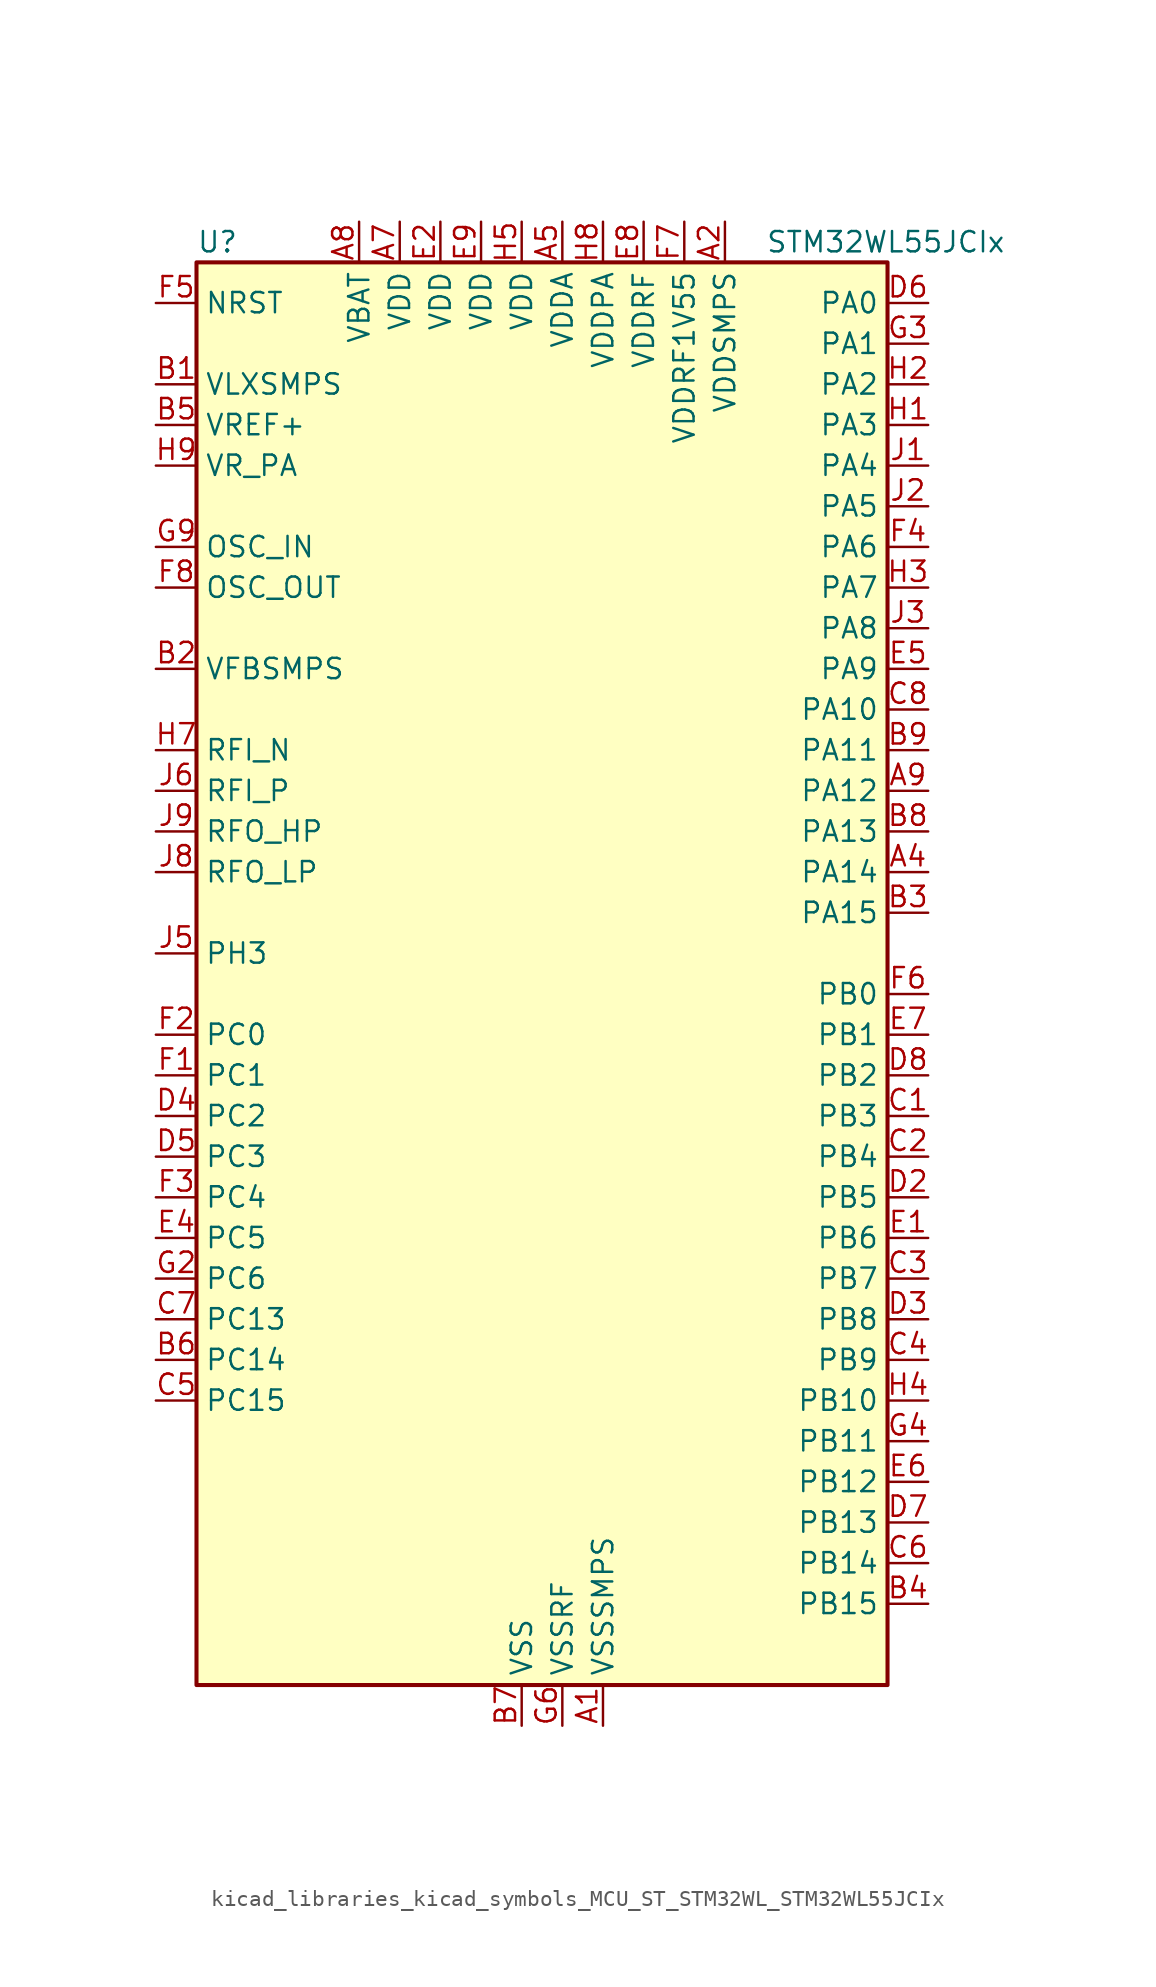
<source format=kicad_sym>
(kicad_symbol_lib
  (version 20220914)
  (generator kicad_symbol_editor)
  (symbol "kicad_libraries_kicad_symbols_MCU_ST_STM32WL_STM32WL55JCIx"
    (property "Reference" "U"
      (at -20.32 46.99 0)
      (effects (font (size 1.27 1.27)) (justify left)))
    (property "Value" "STM32WL55JCIx"
      (at 15.24 46.99 0)
      (effects (font (size 1.27 1.27)) (justify left)))
    (property "ki_locked" ""
      (at 0 0 0)
      (effects (font (size 1.27 1.27))))
    (symbol "kicad_libraries_kicad_symbols_MCU_ST_STM32WL_STM32WL55JCIx_0_1"
      (rectangle (start -20.32 -43.18) (end 22.86 45.72) (stroke (width 0.254) (type default)) (fill (type background))))
    (symbol "kicad_libraries_kicad_symbols_MCU_ST_STM32WL_STM32WL55JCIx_1_1"
      (pin power_in line (at 5.08 -45.72 90) (length 2.54) (name "VSSSMPS" (effects (font (size 1.27 1.27)))) (number "A1" (effects (font (size 1.27 1.27)))))
      (pin power_in line (at 12.7 48.26 270) (length 2.54) (name "VDDSMPS" (effects (font (size 1.27 1.27)))) (number "A2" (effects (font (size 1.27 1.27)))))
      (pin bidirectional line (at 25.4 7.62 180) (length 2.54) (name "PA14" (effects (font (size 1.27 1.27)))) (number "A4" (effects (font (size 1.27 1.27)))) (alternate "ADC_IN10" bidirectional line) (alternate "DEBUG_JTCK-SWCLK" bidirectional line) (alternate "I2C1_SMBA" bidirectional line) (alternate "LPTIM1_OUT" bidirectional line))
      (pin power_in line (at 2.54 48.26 270) (length 2.54) (name "VDDA" (effects (font (size 1.27 1.27)))) (number "A5" (effects (font (size 1.27 1.27)))))
      (pin power_in line (at -7.62 48.26 270) (length 2.54) (name "VDD" (effects (font (size 1.27 1.27)))) (number "A7" (effects (font (size 1.27 1.27)))))
      (pin power_in line (at -10.16 48.26 270) (length 2.54) (name "VBAT" (effects (font (size 1.27 1.27)))) (number "A8" (effects (font (size 1.27 1.27)))))
      (pin bidirectional line (at 25.4 12.7 180) (length 2.54) (name "PA12" (effects (font (size 1.27 1.27)))) (number "A9" (effects (font (size 1.27 1.27)))) (alternate "ADC_IN8" bidirectional line) (alternate "DEBUG_RF-BUSY" bidirectional line) (alternate "I2C2_SCL" bidirectional line) (alternate "LPTIM3_IN1" bidirectional line) (alternate "SPI1_MOSI" bidirectional line) (alternate "TIM1_ETR" bidirectional line) (alternate "USART1_DE" bidirectional line) (alternate "USART1_RTS" bidirectional line))
      (pin power_in line (at -22.86 38.1 0) (length 2.54) (name "VLXSMPS" (effects (font (size 1.27 1.27)))) (number "B1" (effects (font (size 1.27 1.27)))))
      (pin input line (at -22.86 20.32 0) (length 2.54) (name "VFBSMPS" (effects (font (size 1.27 1.27)))) (number "B2" (effects (font (size 1.27 1.27)))))
      (pin bidirectional line (at 25.4 5.08 180) (length 2.54) (name "PA15" (effects (font (size 1.27 1.27)))) (number "B3" (effects (font (size 1.27 1.27)))) (alternate "ADC_IN11" bidirectional line) (alternate "COMP1_INM" bidirectional line) (alternate "COMP2_INP" bidirectional line) (alternate "DEBUG_JTDI" bidirectional line) (alternate "I2C2_SDA" bidirectional line) (alternate "SPI1_NSS" bidirectional line) (alternate "TIM2_CH1" bidirectional line) (alternate "TIM2_ETR" bidirectional line))
      (pin bidirectional line (at 25.4 -38.1 180) (length 2.54) (name "PB15" (effects (font (size 1.27 1.27)))) (number "B4" (effects (font (size 1.27 1.27)))) (alternate "I2C2_SCL" bidirectional line) (alternate "I2S2_SD" bidirectional line) (alternate "SPI2_MOSI" bidirectional line) (alternate "TIM1_CH3N" bidirectional line))
      (pin input line (at -22.86 35.56 0) (length 2.54) (name "VREF+" (effects (font (size 1.27 1.27)))) (number "B5" (effects (font (size 1.27 1.27)))) (alternate "VREFBUF_OUT" bidirectional line))
      (pin bidirectional line (at -22.86 -22.86 0) (length 2.54) (name "PC14" (effects (font (size 1.27 1.27)))) (number "B6" (effects (font (size 1.27 1.27)))) (alternate "RCC_OSC32_IN" bidirectional line))
      (pin power_in line (at 0 -45.72 90) (length 2.54) (name "VSS" (effects (font (size 1.27 1.27)))) (number "B7" (effects (font (size 1.27 1.27)))))
      (pin bidirectional line (at 25.4 10.16 180) (length 2.54) (name "PA13" (effects (font (size 1.27 1.27)))) (number "B8" (effects (font (size 1.27 1.27)))) (alternate "ADC_IN9" bidirectional line) (alternate "DEBUG_JTMS-SWDIO" bidirectional line) (alternate "I2C2_SMBA" bidirectional line) (alternate "IR_OUT" bidirectional line))
      (pin bidirectional line (at 25.4 15.24 180) (length 2.54) (name "PA11" (effects (font (size 1.27 1.27)))) (number "B9" (effects (font (size 1.27 1.27)))) (alternate "ADC_EXTI11" bidirectional line) (alternate "ADC_IN7" bidirectional line) (alternate "COMP1_INM" bidirectional line) (alternate "COMP2_INM" bidirectional line) (alternate "DEBUG_RF-NRESET" bidirectional line) (alternate "I2C2_SDA" bidirectional line) (alternate "LPTIM3_ETR" bidirectional line) (alternate "SPI1_MISO" bidirectional line) (alternate "TIM1_BKIN2" bidirectional line) (alternate "TIM1_CH4" bidirectional line) (alternate "USART1_CTS" bidirectional line) (alternate "USART1_NSS" bidirectional line))
      (pin bidirectional line (at 25.4 -7.62 180) (length 2.54) (name "PB3" (effects (font (size 1.27 1.27)))) (number "C1" (effects (font (size 1.27 1.27)))) (alternate "ADC_IN2" bidirectional line) (alternate "COMP1_INM" bidirectional line) (alternate "COMP2_INM" bidirectional line) (alternate "DEBUG_JTDO-SWO" bidirectional line) (alternate "DEBUG_RF-DTB1" bidirectional line) (alternate "PWR_WKUP3" bidirectional line) (alternate "RTC_TAMP_IN3" bidirectional line) (alternate "SPI1_SCK" bidirectional line) (alternate "TIM2_CH2" bidirectional line) (alternate "USART1_DE" bidirectional line) (alternate "USART1_RTS" bidirectional line))
      (pin bidirectional line (at 25.4 -10.16 180) (length 2.54) (name "PB4" (effects (font (size 1.27 1.27)))) (number "C2" (effects (font (size 1.27 1.27)))) (alternate "ADC_IN3" bidirectional line) (alternate "COMP1_INP" bidirectional line) (alternate "COMP2_INP" bidirectional line) (alternate "DEBUG_JTRST" bidirectional line) (alternate "DEBUG_RF-LDORDY" bidirectional line) (alternate "I2C3_SDA" bidirectional line) (alternate "SPI1_MISO" bidirectional line) (alternate "TIM17_BKIN" bidirectional line) (alternate "USART1_CTS" bidirectional line) (alternate "USART1_NSS" bidirectional line))
      (pin bidirectional line (at 25.4 -17.78 180) (length 2.54) (name "PB7" (effects (font (size 1.27 1.27)))) (number "C3" (effects (font (size 1.27 1.27)))) (alternate "I2C1_SDA" bidirectional line) (alternate "LPTIM1_IN2" bidirectional line) (alternate "PWR_PVD_IN" bidirectional line) (alternate "TIM17_CH1N" bidirectional line) (alternate "TIM1_BKIN" bidirectional line) (alternate "USART1_RX" bidirectional line))
      (pin bidirectional line (at 25.4 -22.86 180) (length 2.54) (name "PB9" (effects (font (size 1.27 1.27)))) (number "C4" (effects (font (size 1.27 1.27)))) (alternate "DAC_EXTI9" bidirectional line) (alternate "I2C1_SDA" bidirectional line) (alternate "I2S2_WS" bidirectional line) (alternate "IR_OUT" bidirectional line) (alternate "SPI2_NSS" bidirectional line) (alternate "TIM17_CH1" bidirectional line) (alternate "TIM1_CH3N" bidirectional line))
      (pin bidirectional line (at -22.86 -25.4 0) (length 2.54) (name "PC15" (effects (font (size 1.27 1.27)))) (number "C5" (effects (font (size 1.27 1.27)))) (alternate "RCC_OSC32_OUT" bidirectional line))
      (pin bidirectional line (at 25.4 -35.56 180) (length 2.54) (name "PB14" (effects (font (size 1.27 1.27)))) (number "C6" (effects (font (size 1.27 1.27)))) (alternate "ADC_IN1" bidirectional line) (alternate "I2C3_SDA" bidirectional line) (alternate "I2S2_MCK" bidirectional line) (alternate "SPI2_MISO" bidirectional line) (alternate "TIM1_CH2N" bidirectional line))
      (pin bidirectional line (at -22.86 -20.32 0) (length 2.54) (name "PC13" (effects (font (size 1.27 1.27)))) (number "C7" (effects (font (size 1.27 1.27)))) (alternate "PWR_WKUP2" bidirectional line) (alternate "RTC_OUT1" bidirectional line) (alternate "RTC_TAMP_IN1" bidirectional line) (alternate "RTC_TS" bidirectional line))
      (pin bidirectional line (at 25.4 17.78 180) (length 2.54) (name "PA10" (effects (font (size 1.27 1.27)))) (number "C8" (effects (font (size 1.27 1.27)))) (alternate "ADC_IN6" bidirectional line) (alternate "COMP1_INM" bidirectional line) (alternate "COMP2_INM" bidirectional line) (alternate "DAC_OUT1" bidirectional line) (alternate "DEBUG_RF-HSE32RDY" bidirectional line) (alternate "I2C1_SDA" bidirectional line) (alternate "I2S2_SD" bidirectional line) (alternate "RTC_REFIN" bidirectional line) (alternate "SPI2_MOSI" bidirectional line) (alternate "TIM17_BKIN" bidirectional line) (alternate "TIM1_CH3" bidirectional line) (alternate "USART1_RX" bidirectional line))
      (pin bidirectional line (at 25.4 -12.7 180) (length 2.54) (name "PB5" (effects (font (size 1.27 1.27)))) (number "D2" (effects (font (size 1.27 1.27)))) (alternate "COMP2_OUT" bidirectional line) (alternate "I2C1_SMBA" bidirectional line) (alternate "LPTIM1_IN1" bidirectional line) (alternate "SPI1_MOSI" bidirectional line) (alternate "TIM16_BKIN" bidirectional line) (alternate "USART1_CK" bidirectional line))
      (pin bidirectional line (at 25.4 -20.32 180) (length 2.54) (name "PB8" (effects (font (size 1.27 1.27)))) (number "D3" (effects (font (size 1.27 1.27)))) (alternate "I2C1_SCL" bidirectional line) (alternate "TIM16_CH1" bidirectional line) (alternate "TIM1_CH2N" bidirectional line))
      (pin bidirectional line (at -22.86 -7.62 0) (length 2.54) (name "PC2" (effects (font (size 1.27 1.27)))) (number "D4" (effects (font (size 1.27 1.27)))) (alternate "LPTIM1_IN2" bidirectional line) (alternate "SPI2_MISO" bidirectional line))
      (pin bidirectional line (at -22.86 -10.16 0) (length 2.54) (name "PC3" (effects (font (size 1.27 1.27)))) (number "D5" (effects (font (size 1.27 1.27)))) (alternate "I2S2_SD" bidirectional line) (alternate "LPTIM1_ETR" bidirectional line) (alternate "LPTIM2_ETR" bidirectional line) (alternate "SPI2_MOSI" bidirectional line))
      (pin bidirectional line (at 25.4 43.18 180) (length 2.54) (name "PA0" (effects (font (size 1.27 1.27)))) (number "D6" (effects (font (size 1.27 1.27)))) (alternate "COMP1_OUT" bidirectional line) (alternate "DEBUG_PWR-REGLP1S" bidirectional line) (alternate "I2C3_SMBA" bidirectional line) (alternate "I2S_CKIN" bidirectional line) (alternate "PWR_WKUP1" bidirectional line) (alternate "RTC_TAMP_IN2" bidirectional line) (alternate "TIM2_CH1" bidirectional line) (alternate "TIM2_ETR" bidirectional line) (alternate "USART2_CTS" bidirectional line) (alternate "USART2_NSS" bidirectional line))
      (pin bidirectional line (at 25.4 -33.02 180) (length 2.54) (name "PB13" (effects (font (size 1.27 1.27)))) (number "D7" (effects (font (size 1.27 1.27)))) (alternate "ADC_IN0" bidirectional line) (alternate "I2C3_SCL" bidirectional line) (alternate "I2S2_CK" bidirectional line) (alternate "LPUART1_CTS" bidirectional line) (alternate "SPI2_SCK" bidirectional line) (alternate "TIM1_CH1N" bidirectional line))
      (pin bidirectional line (at 25.4 -5.08 180) (length 2.54) (name "PB2" (effects (font (size 1.27 1.27)))) (number "D8" (effects (font (size 1.27 1.27)))) (alternate "ADC_IN4" bidirectional line) (alternate "COMP1_INP" bidirectional line) (alternate "COMP2_INM" bidirectional line) (alternate "DEBUG_RF-SMPSRDY" bidirectional line) (alternate "I2C3_SMBA" bidirectional line) (alternate "LPTIM1_OUT" bidirectional line) (alternate "SPI1_NSS" bidirectional line))
      (pin passive line (at 0 -45.72 90) (length 2.54) hide (name "VSS" (effects (font (size 1.27 1.27)))) (number "D9" (effects (font (size 1.27 1.27)))))
      (pin bidirectional line (at 25.4 -15.24 180) (length 2.54) (name "PB6" (effects (font (size 1.27 1.27)))) (number "E1" (effects (font (size 1.27 1.27)))) (alternate "I2C1_SCL" bidirectional line) (alternate "LPTIM1_ETR" bidirectional line) (alternate "TIM16_CH1N" bidirectional line) (alternate "USART1_TX" bidirectional line))
      (pin power_in line (at -5.08 48.26 270) (length 2.54) (name "VDD" (effects (font (size 1.27 1.27)))) (number "E2" (effects (font (size 1.27 1.27)))))
      (pin passive line (at 0 -45.72 90) (length 2.54) hide (name "VSS" (effects (font (size 1.27 1.27)))) (number "E3" (effects (font (size 1.27 1.27)))))
      (pin bidirectional line (at -22.86 -15.24 0) (length 2.54) (name "PC5" (effects (font (size 1.27 1.27)))) (number "E4" (effects (font (size 1.27 1.27)))))
      (pin bidirectional line (at 25.4 20.32 180) (length 2.54) (name "PA9" (effects (font (size 1.27 1.27)))) (number "E5" (effects (font (size 1.27 1.27)))) (alternate "DAC_EXTI9" bidirectional line) (alternate "I2C1_SCL" bidirectional line) (alternate "I2S2_CK" bidirectional line) (alternate "I2S2_WS" bidirectional line) (alternate "SPI2_NSS" bidirectional line) (alternate "SPI2_SCK" bidirectional line) (alternate "TIM1_CH2" bidirectional line) (alternate "USART1_TX" bidirectional line))
      (pin bidirectional line (at 25.4 -30.48 180) (length 2.54) (name "PB12" (effects (font (size 1.27 1.27)))) (number "E6" (effects (font (size 1.27 1.27)))) (alternate "I2C3_SMBA" bidirectional line) (alternate "I2S2_WS" bidirectional line) (alternate "LPUART1_RTS" bidirectional line) (alternate "SPI2_NSS" bidirectional line) (alternate "TIM1_BKIN" bidirectional line))
      (pin bidirectional line (at 25.4 -2.54 180) (length 2.54) (name "PB1" (effects (font (size 1.27 1.27)))) (number "E7" (effects (font (size 1.27 1.27)))) (alternate "ADC_IN5" bidirectional line) (alternate "COMP2_INP" bidirectional line) (alternate "LPTIM2_IN1" bidirectional line) (alternate "LPUART1_DE" bidirectional line) (alternate "LPUART1_RTS" bidirectional line))
      (pin power_in line (at 7.62 48.26 270) (length 2.54) (name "VDDRF" (effects (font (size 1.27 1.27)))) (number "E8" (effects (font (size 1.27 1.27)))))
      (pin power_in line (at -2.54 48.26 270) (length 2.54) (name "VDD" (effects (font (size 1.27 1.27)))) (number "E9" (effects (font (size 1.27 1.27)))))
      (pin bidirectional line (at -22.86 -5.08 0) (length 2.54) (name "PC1" (effects (font (size 1.27 1.27)))) (number "F1" (effects (font (size 1.27 1.27)))) (alternate "I2C3_SDA" bidirectional line) (alternate "I2S2_SD" bidirectional line) (alternate "LPTIM1_OUT" bidirectional line) (alternate "LPUART1_TX" bidirectional line) (alternate "SPI2_MOSI" bidirectional line))
      (pin bidirectional line (at -22.86 -2.54 0) (length 2.54) (name "PC0" (effects (font (size 1.27 1.27)))) (number "F2" (effects (font (size 1.27 1.27)))) (alternate "I2C3_SCL" bidirectional line) (alternate "LPTIM1_IN1" bidirectional line) (alternate "LPTIM2_IN1" bidirectional line) (alternate "LPUART1_RX" bidirectional line))
      (pin bidirectional line (at -22.86 -12.7 0) (length 2.54) (name "PC4" (effects (font (size 1.27 1.27)))) (number "F3" (effects (font (size 1.27 1.27)))))
      (pin bidirectional line (at 25.4 27.94 180) (length 2.54) (name "PA6" (effects (font (size 1.27 1.27)))) (number "F4" (effects (font (size 1.27 1.27)))) (alternate "DEBUG_SUBGHZSPI-MISOOUT" bidirectional line) (alternate "I2C2_SMBA" bidirectional line) (alternate "LPUART1_CTS" bidirectional line) (alternate "SPI1_MISO" bidirectional line) (alternate "TIM16_CH1" bidirectional line) (alternate "TIM1_BKIN" bidirectional line))
      (pin input line (at -22.86 43.18 0) (length 2.54) (name "NRST" (effects (font (size 1.27 1.27)))) (number "F5" (effects (font (size 1.27 1.27)))))
      (pin bidirectional line (at 25.4 0 180) (length 2.54) (name "PB0" (effects (font (size 1.27 1.27)))) (number "F6" (effects (font (size 1.27 1.27)))) (alternate "COMP1_OUT" bidirectional line) (alternate "VDDTCXO" bidirectional line))
      (pin power_in line (at 10.16 48.26 270) (length 2.54) (name "VDDRF1V55" (effects (font (size 1.27 1.27)))) (number "F7" (effects (font (size 1.27 1.27)))))
      (pin input line (at -22.86 25.4 0) (length 2.54) (name "OSC_OUT" (effects (font (size 1.27 1.27)))) (number "F8" (effects (font (size 1.27 1.27)))) (alternate "RCC_OSC_OUT" bidirectional line))
      (pin bidirectional line (at -22.86 -17.78 0) (length 2.54) (name "PC6" (effects (font (size 1.27 1.27)))) (number "G2" (effects (font (size 1.27 1.27)))) (alternate "I2S2_MCK" bidirectional line))
      (pin bidirectional line (at 25.4 40.64 180) (length 2.54) (name "PA1" (effects (font (size 1.27 1.27)))) (number "G3" (effects (font (size 1.27 1.27)))) (alternate "DEBUG_PWR-REGLP2S" bidirectional line) (alternate "I2C1_SMBA" bidirectional line) (alternate "LPTIM3_OUT" bidirectional line) (alternate "LPUART1_RTS" bidirectional line) (alternate "SPI1_SCK" bidirectional line) (alternate "TIM2_CH2" bidirectional line) (alternate "USART2_DE" bidirectional line) (alternate "USART2_RTS" bidirectional line))
      (pin bidirectional line (at 25.4 -27.94 180) (length 2.54) (name "PB11" (effects (font (size 1.27 1.27)))) (number "G4" (effects (font (size 1.27 1.27)))) (alternate "ADC_EXTI11" bidirectional line) (alternate "COMP2_OUT" bidirectional line) (alternate "I2C3_SDA" bidirectional line) (alternate "LPUART1_TX" bidirectional line) (alternate "TIM2_CH4" bidirectional line))
      (pin passive line (at 0 -45.72 90) (length 2.54) hide (name "VSS" (effects (font (size 1.27 1.27)))) (number "G5" (effects (font (size 1.27 1.27)))))
      (pin power_in line (at 2.54 -45.72 90) (length 2.54) (name "VSSRF" (effects (font (size 1.27 1.27)))) (number "G6" (effects (font (size 1.27 1.27)))))
      (pin passive line (at 2.54 -45.72 90) (length 2.54) hide (name "VSSRF" (effects (font (size 1.27 1.27)))) (number "G7" (effects (font (size 1.27 1.27)))))
      (pin passive line (at 2.54 -45.72 90) (length 2.54) hide (name "VSSRF" (effects (font (size 1.27 1.27)))) (number "G8" (effects (font (size 1.27 1.27)))))
      (pin input line (at -22.86 27.94 0) (length 2.54) (name "OSC_IN" (effects (font (size 1.27 1.27)))) (number "G9" (effects (font (size 1.27 1.27)))) (alternate "RCC_OSC_IN" bidirectional line))
      (pin bidirectional line (at 25.4 35.56 180) (length 2.54) (name "PA3" (effects (font (size 1.27 1.27)))) (number "H1" (effects (font (size 1.27 1.27)))) (alternate "I2S2_MCK" bidirectional line) (alternate "LPUART1_RX" bidirectional line) (alternate "TIM2_CH4" bidirectional line) (alternate "USART2_RX" bidirectional line))
      (pin bidirectional line (at 25.4 38.1 180) (length 2.54) (name "PA2" (effects (font (size 1.27 1.27)))) (number "H2" (effects (font (size 1.27 1.27)))) (alternate "COMP2_OUT" bidirectional line) (alternate "DEBUG_PWR-LDORDY" bidirectional line) (alternate "LPUART1_TX" bidirectional line) (alternate "RCC_LSCO" bidirectional line) (alternate "TIM2_CH3" bidirectional line) (alternate "USART2_TX" bidirectional line))
      (pin bidirectional line (at 25.4 25.4 180) (length 2.54) (name "PA7" (effects (font (size 1.27 1.27)))) (number "H3" (effects (font (size 1.27 1.27)))) (alternate "COMP2_OUT" bidirectional line) (alternate "DEBUG_SUBGHZSPI-MOSIOUT" bidirectional line) (alternate "I2C3_SCL" bidirectional line) (alternate "SPI1_MOSI" bidirectional line) (alternate "TIM17_CH1" bidirectional line) (alternate "TIM1_CH1N" bidirectional line))
      (pin bidirectional line (at 25.4 -25.4 180) (length 2.54) (name "PB10" (effects (font (size 1.27 1.27)))) (number "H4" (effects (font (size 1.27 1.27)))) (alternate "COMP1_OUT" bidirectional line) (alternate "I2C3_SCL" bidirectional line) (alternate "I2S2_CK" bidirectional line) (alternate "LPUART1_RX" bidirectional line) (alternate "SPI2_SCK" bidirectional line) (alternate "TIM2_CH3" bidirectional line))
      (pin power_in line (at 0 48.26 270) (length 2.54) (name "VDD" (effects (font (size 1.27 1.27)))) (number "H5" (effects (font (size 1.27 1.27)))))
      (pin passive line (at 2.54 -45.72 90) (length 2.54) hide (name "VSSRF" (effects (font (size 1.27 1.27)))) (number "H6" (effects (font (size 1.27 1.27)))))
      (pin bidirectional line (at -22.86 15.24 0) (length 2.54) (name "RFI_N" (effects (font (size 1.27 1.27)))) (number "H7" (effects (font (size 1.27 1.27)))))
      (pin power_in line (at 5.08 48.26 270) (length 2.54) (name "VDDPA" (effects (font (size 1.27 1.27)))) (number "H8" (effects (font (size 1.27 1.27)))))
      (pin power_in line (at -22.86 33.02 0) (length 2.54) (name "VR_PA" (effects (font (size 1.27 1.27)))) (number "H9" (effects (font (size 1.27 1.27)))))
      (pin bidirectional line (at 25.4 33.02 180) (length 2.54) (name "PA4" (effects (font (size 1.27 1.27)))) (number "J1" (effects (font (size 1.27 1.27)))) (alternate "DEBUG_SUBGHZSPI-NSSOUT" bidirectional line) (alternate "LPTIM1_OUT" bidirectional line) (alternate "LPTIM2_OUT" bidirectional line) (alternate "RTC_OUT2" bidirectional line) (alternate "SPI1_NSS" bidirectional line) (alternate "USART2_CK" bidirectional line))
      (pin bidirectional line (at 25.4 30.48 180) (length 2.54) (name "PA5" (effects (font (size 1.27 1.27)))) (number "J2" (effects (font (size 1.27 1.27)))) (alternate "DEBUG_SUBGHZSPI-SCKOUT" bidirectional line) (alternate "LPTIM2_ETR" bidirectional line) (alternate "SPI1_SCK" bidirectional line) (alternate "SPI2_MISO" bidirectional line) (alternate "TIM2_CH1" bidirectional line) (alternate "TIM2_ETR" bidirectional line))
      (pin bidirectional line (at 25.4 22.86 180) (length 2.54) (name "PA8" (effects (font (size 1.27 1.27)))) (number "J3" (effects (font (size 1.27 1.27)))) (alternate "I2S2_CK" bidirectional line) (alternate "LPTIM2_OUT" bidirectional line) (alternate "RCC_MCO" bidirectional line) (alternate "SPI2_SCK" bidirectional line) (alternate "TIM1_CH1" bidirectional line) (alternate "USART1_CK" bidirectional line))
      (pin bidirectional line (at -22.86 2.54 0) (length 2.54) (name "PH3" (effects (font (size 1.27 1.27)))) (number "J5" (effects (font (size 1.27 1.27)))))
      (pin bidirectional line (at -22.86 12.7 0) (length 2.54) (name "RFI_P" (effects (font (size 1.27 1.27)))) (number "J6" (effects (font (size 1.27 1.27)))))
      (pin bidirectional line (at -22.86 7.62 0) (length 2.54) (name "RFO_LP" (effects (font (size 1.27 1.27)))) (number "J8" (effects (font (size 1.27 1.27)))))
      (pin bidirectional line (at -22.86 10.16 0) (length 2.54) (name "RFO_HP" (effects (font (size 1.27 1.27)))) (number "J9" (effects (font (size 1.27 1.27))))))))
</source>
